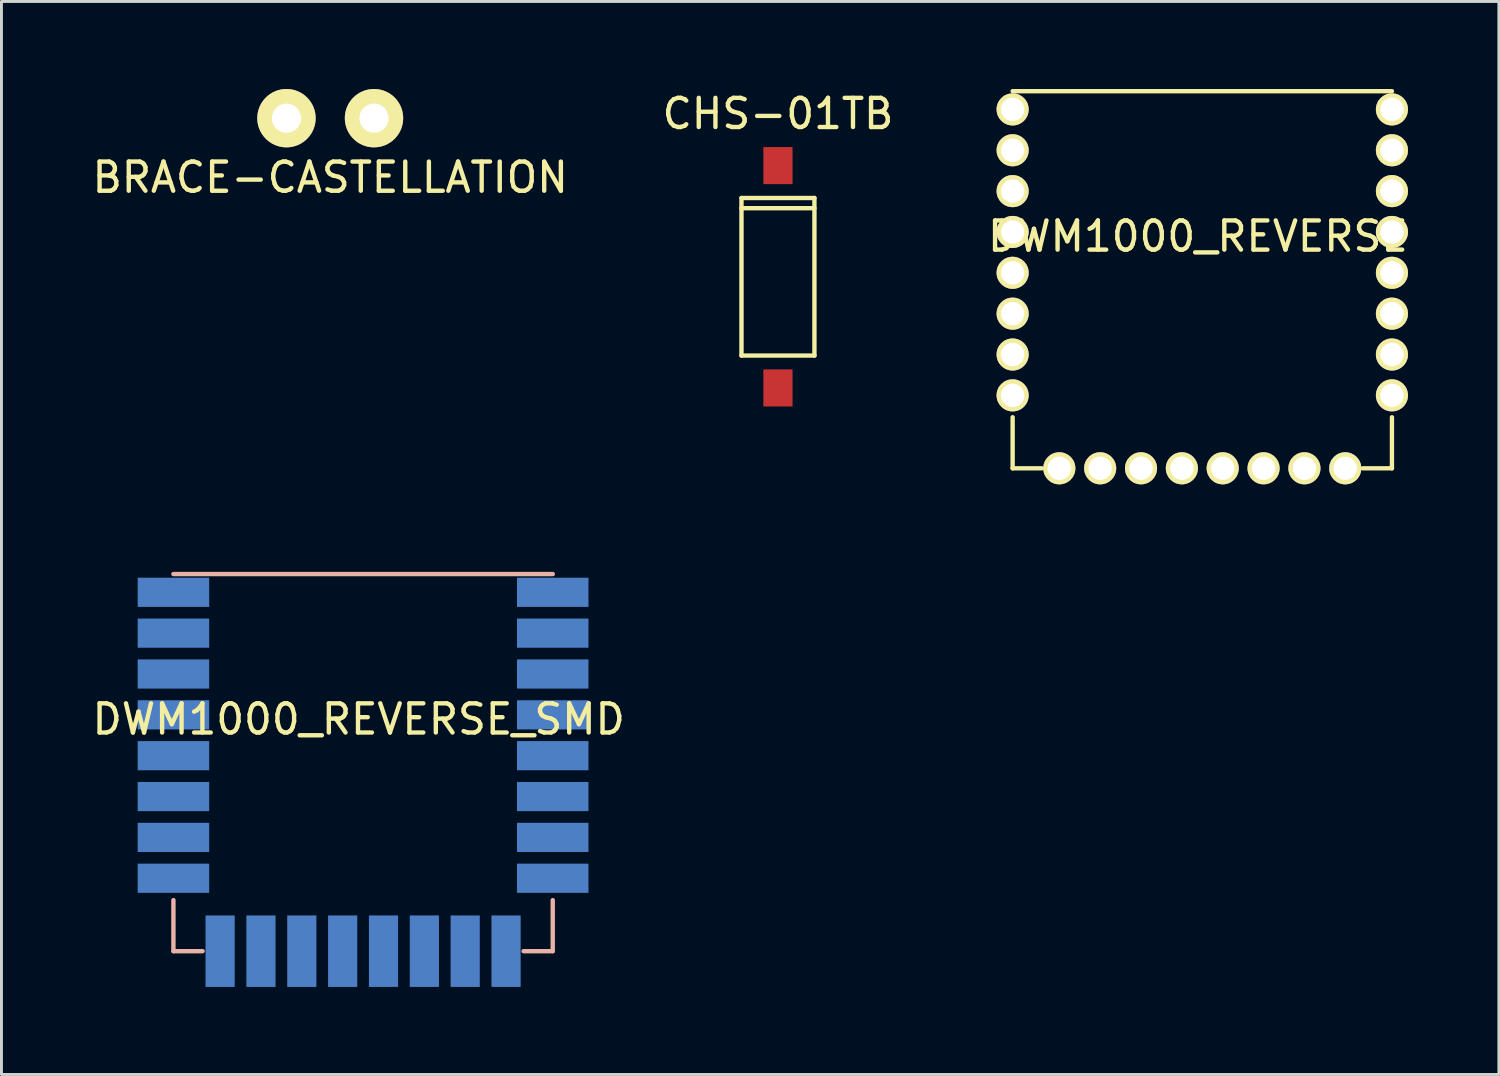
<source format=kicad_pcb>
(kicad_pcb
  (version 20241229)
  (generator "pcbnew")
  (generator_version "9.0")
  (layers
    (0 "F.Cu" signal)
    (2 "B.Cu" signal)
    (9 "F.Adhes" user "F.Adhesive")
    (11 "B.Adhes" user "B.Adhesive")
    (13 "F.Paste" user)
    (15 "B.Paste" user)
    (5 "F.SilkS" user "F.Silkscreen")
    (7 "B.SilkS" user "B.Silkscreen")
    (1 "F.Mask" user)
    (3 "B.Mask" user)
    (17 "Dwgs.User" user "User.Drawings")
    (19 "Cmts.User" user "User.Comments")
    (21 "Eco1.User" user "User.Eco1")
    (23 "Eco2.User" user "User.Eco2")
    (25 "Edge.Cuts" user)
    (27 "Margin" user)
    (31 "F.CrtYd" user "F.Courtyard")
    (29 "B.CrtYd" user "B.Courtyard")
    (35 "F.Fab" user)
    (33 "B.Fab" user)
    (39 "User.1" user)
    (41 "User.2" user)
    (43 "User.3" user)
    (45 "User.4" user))
  (footprint "BRACE-CASTELLATION"
    (layer "F.Cu")
    (at 8.268 1)
    (property "Reference" "BRACE-CASTELLATION" (at 0 2.032 0) (layer "F.SilkS") (effects (font (size 1 1) (thickness 0.15))))
    (attr through_hole)
    (pad "1" thru_hole circle (at -1.5 0) (size 2 2) (drill 1) (layers "*.Cu" "*.Mask" "F.SilkS"))
    (pad "2" thru_hole circle (at 1.5 0) (size 2 2) (drill 1) (layers "*.Cu" "*.Mask" "F.SilkS")))
  (footprint "DWM1000_REVERSE_SMD"
    (layer "F.Cu")
    (at 9.394 29.55)
    (property "Reference" "DWM1000_REVERSE_SMD" (at -0.15 -7.95 0) (layer "F.SilkS") (effects (font (size 1 1) (thickness 0.15))))
    (attr through_hole)
    (fp_line (start -6.5 -12.925) (end 6.5 -12.925) (stroke (width 0.15) (type solid)) (layer "B.SilkS"))
    (fp_line (start -6.5 -1.75) (end -6.5 0) (stroke (width 0.15) (type solid)) (layer "B.SilkS"))
    (fp_line (start -6.5 0) (end -5.5 0) (stroke (width 0.15) (type solid)) (layer "B.SilkS"))
    (fp_line (start 5.5 0) (end 6.5 0) (stroke (width 0.15) (type solid)) (layer "B.SilkS"))
    (fp_line (start 6.5 0) (end 6.5 -1.75) (stroke (width 0.15) (type solid)) (layer "B.SilkS"))
    (pad "1" smd rect (at 6.5 -12.3) (size 2.45 1) (layers "B.Cu" "B.Mask" "B.Paste"))
    (pad "2" smd rect (at 6.5 -10.9) (size 2.45 1) (layers "B.Cu" "B.Mask" "B.Paste"))
    (pad "3" smd rect (at 6.5 -9.5) (size 2.45 1) (layers "B.Cu" "B.Mask" "B.Paste"))
    (pad "4" smd rect (at 6.5 -8.1) (size 2.45 1) (layers "B.Cu" "B.Mask" "B.Paste"))
    (pad "5" smd rect (at 6.5 -6.7) (size 2.45 1) (layers "B.Cu" "B.Mask" "B.Paste"))
    (pad "6" smd rect (at 6.5 -5.3) (size 2.45 1) (layers "B.Cu" "B.Mask" "B.Paste"))
    (pad "7" smd rect (at 6.5 -3.9) (size 2.45 1) (layers "B.Cu" "B.Mask" "B.Paste"))
    (pad "8" smd rect (at 6.5 -2.5) (size 2.45 1) (layers "B.Cu" "B.Mask" "B.Paste"))
    (pad "9" smd rect (at 4.9 0) (size 1 2.45) (layers "B.Cu" "B.Mask" "B.Paste"))
    (pad "10" smd rect (at 3.5 0) (size 1 2.45) (layers "B.Cu" "B.Mask" "B.Paste"))
    (pad "11" smd rect (at 2.1 0) (size 1 2.45) (layers "B.Cu" "B.Mask" "B.Paste"))
    (pad "12" smd rect (at 0.7 0) (size 1 2.45) (layers "B.Cu" "B.Mask" "B.Paste"))
    (pad "13" smd rect (at -0.7 0) (size 1 2.45) (layers "B.Cu" "B.Mask" "B.Paste"))
    (pad "14" smd rect (at -2.1 0) (size 1 2.45) (layers "B.Cu" "B.Mask" "B.Paste"))
    (pad "15" smd rect (at -3.5 0) (size 1 2.45) (layers "B.Cu" "B.Mask" "B.Paste"))
    (pad "16" smd rect (at -4.9 0) (size 1 2.45) (layers "B.Cu" "B.Mask" "B.Paste"))
    (pad "17" smd rect (at -6.5 -2.5) (size 2.45 1) (layers "B.Cu" "B.Mask" "B.Paste"))
    (pad "18" smd rect (at -6.5 -3.9) (size 2.45 1) (layers "B.Cu" "B.Mask" "B.Paste"))
    (pad "19" smd rect (at -6.5 -5.3) (size 2.45 1) (layers "B.Cu" "B.Mask" "B.Paste"))
    (pad "20" smd rect (at -6.5 -6.7) (size 2.45 1) (layers "B.Cu" "B.Mask" "B.Paste"))
    (pad "21" smd rect (at -6.5 -8.1) (size 2.45 1) (layers "B.Cu" "B.Mask" "B.Paste"))
    (pad "22" smd rect (at -6.5 -9.5) (size 2.45 1) (layers "B.Cu" "B.Mask" "B.Paste"))
    (pad "23" smd rect (at -6.5 -10.9) (size 2.45 1) (layers "B.Cu" "B.Mask" "B.Paste"))
    (pad "24" smd rect (at -6.5 -12.3) (size 2.45 1) (layers "B.Cu" "B.Mask" "B.Paste")))
  (footprint "DWM1000_REVERSE"
    (layer "F.Cu")
    (at 38.156 13)
    (property "Reference" "DWM1000_REVERSE" (at -0.15 -7.95 0) (layer "F.SilkS") (effects (font (size 1 1) (thickness 0.15))))
    (attr through_hole)
    (fp_line (start -6.5 -12.925) (end 6.5 -12.925) (stroke (width 0.15) (type solid)) (layer "F.SilkS"))
    (fp_line (start -6.5 -1.75) (end -6.5 0) (stroke (width 0.15) (type solid)) (layer "F.SilkS"))
    (fp_line (start -6.5 0) (end -5.5 0) (stroke (width 0.15) (type solid)) (layer "F.SilkS"))
    (fp_line (start 5.5 0) (end 6.5 0) (stroke (width 0.15) (type solid)) (layer "F.SilkS"))
    (fp_line (start 6.5 0) (end 6.5 -1.75) (stroke (width 0.15) (type solid)) (layer "F.SilkS"))
    (pad "1" thru_hole circle (at 6.5 -12.3) (size 1.1 1.1) (drill 0.8) (layers "*.Cu" "*.Mask" "F.SilkS"))
    (pad "2" thru_hole circle (at 6.5 -10.9) (size 1.1 1.1) (drill 0.8) (layers "*.Cu" "*.Mask" "F.SilkS"))
    (pad "3" thru_hole circle (at 6.5 -9.5) (size 1.1 1.1) (drill 0.8) (layers "*.Cu" "*.Mask" "F.SilkS"))
    (pad "4" thru_hole circle (at 6.5 -8.1) (size 1.1 1.1) (drill 0.8) (layers "*.Cu" "*.Mask" "F.SilkS"))
    (pad "5" thru_hole circle (at 6.5 -6.7) (size 1.1 1.1) (drill 0.8) (layers "*.Cu" "*.Mask" "F.SilkS"))
    (pad "6" thru_hole circle (at 6.5 -5.3) (size 1.1 1.1) (drill 0.8) (layers "*.Cu" "*.Mask" "F.SilkS"))
    (pad "7" thru_hole circle (at 6.5 -3.9) (size 1.1 1.1) (drill 0.8) (layers "*.Cu" "*.Mask" "F.SilkS"))
    (pad "8" thru_hole circle (at 6.5 -2.5) (size 1.1 1.1) (drill 0.8) (layers "*.Cu" "*.Mask" "F.SilkS"))
    (pad "9" thru_hole circle (at 4.9 0) (size 1.1 1.1) (drill 0.8) (layers "*.Cu" "*.Mask" "F.SilkS"))
    (pad "10" thru_hole circle (at 3.5 0) (size 1.1 1.1) (drill 0.8) (layers "*.Cu" "*.Mask" "F.SilkS"))
    (pad "11" thru_hole circle (at 2.1 0) (size 1.1 1.1) (drill 0.8) (layers "*.Cu" "*.Mask" "F.SilkS"))
    (pad "12" thru_hole circle (at 0.7 0) (size 1.1 1.1) (drill 0.8) (layers "*.Cu" "*.Mask" "F.SilkS"))
    (pad "13" thru_hole circle (at -0.7 0) (size 1.1 1.1) (drill 0.8) (layers "*.Cu" "*.Mask" "F.SilkS"))
    (pad "14" thru_hole circle (at -2.1 0) (size 1.1 1.1) (drill 0.8) (layers "*.Cu" "*.Mask" "F.SilkS"))
    (pad "15" thru_hole circle (at -3.5 0) (size 1.1 1.1) (drill 0.8) (layers "*.Cu" "*.Mask" "F.SilkS"))
    (pad "16" thru_hole circle (at -4.9 0) (size 1.1 1.1) (drill 0.8) (layers "*.Cu" "*.Mask" "F.SilkS"))
    (pad "17" thru_hole circle (at -6.5 -2.5) (size 1.1 1.1) (drill 0.8) (layers "*.Cu" "*.Mask" "F.SilkS"))
    (pad "18" thru_hole circle (at -6.5 -3.9) (size 1.1 1.1) (drill 0.8) (layers "*.Cu" "*.Mask" "F.SilkS"))
    (pad "19" thru_hole circle (at -6.5 -5.3) (size 1.1 1.1) (drill 0.8) (layers "*.Cu" "*.Mask" "F.SilkS"))
    (pad "20" thru_hole circle (at -6.5 -6.7) (size 1.1 1.1) (drill 0.8) (layers "*.Cu" "*.Mask" "F.SilkS"))
    (pad "21" thru_hole circle (at -6.5 -8.1) (size 1.1 1.1) (drill 0.8) (layers "*.Cu" "*.Mask" "F.SilkS"))
    (pad "22" thru_hole circle (at -6.5 -9.5) (size 1.1 1.1) (drill 0.8) (layers "*.Cu" "*.Mask" "F.SilkS"))
    (pad "23" thru_hole circle (at -6.5 -10.9) (size 1.1 1.1) (drill 0.8) (layers "*.Cu" "*.Mask" "F.SilkS"))
    (pad "24" thru_hole circle (at -6.5 -12.3) (size 1.1 1.1) (drill 0.8) (layers "*.Cu" "*.Mask" "F.SilkS")))
  (footprint "CHS-01TB"
    (layer "F.Cu")
    (at 23.613 6.436)
    (property "Reference" "CHS-01TB" (at 0 -5.588 0) (layer "F.SilkS") (effects (font (size 1 1) (thickness 0.15))))
    (attr through_hole)
    (fp_line (start -1.25 -2.7) (end 1.25 -2.7) (stroke (width 0.15) (type solid)) (layer "F.SilkS"))
    (fp_line (start -1.25 -2.35) (end 1.25 -2.35) (stroke (width 0.15) (type solid)) (layer "F.SilkS"))
    (fp_line (start -1.25 2.7) (end -1.25 -2.7) (stroke (width 0.15) (type solid)) (layer "F.SilkS"))
    (fp_line (start 1.25 -2.7) (end 1.25 2.7) (stroke (width 0.15) (type solid)) (layer "F.SilkS"))
    (fp_line (start 1.25 2.7) (end -1.25 2.7) (stroke (width 0.15) (type solid)) (layer "F.SilkS"))
    (pad "1" smd rect (at 0 -3.81) (size 1 1.27) (layers "F.Cu" "F.Mask" "F.Paste"))
    (pad "2" smd rect (at 0 3.81) (size 1 1.27) (layers "F.Cu" "F.Mask" "F.Paste")))
  (gr_rect
    (start -3 -3)
    (end 48.321 33.775)
    (stroke (width 0.1) (type default))
    (fill no)
    (layer "Edge.Cuts")))
</source>
